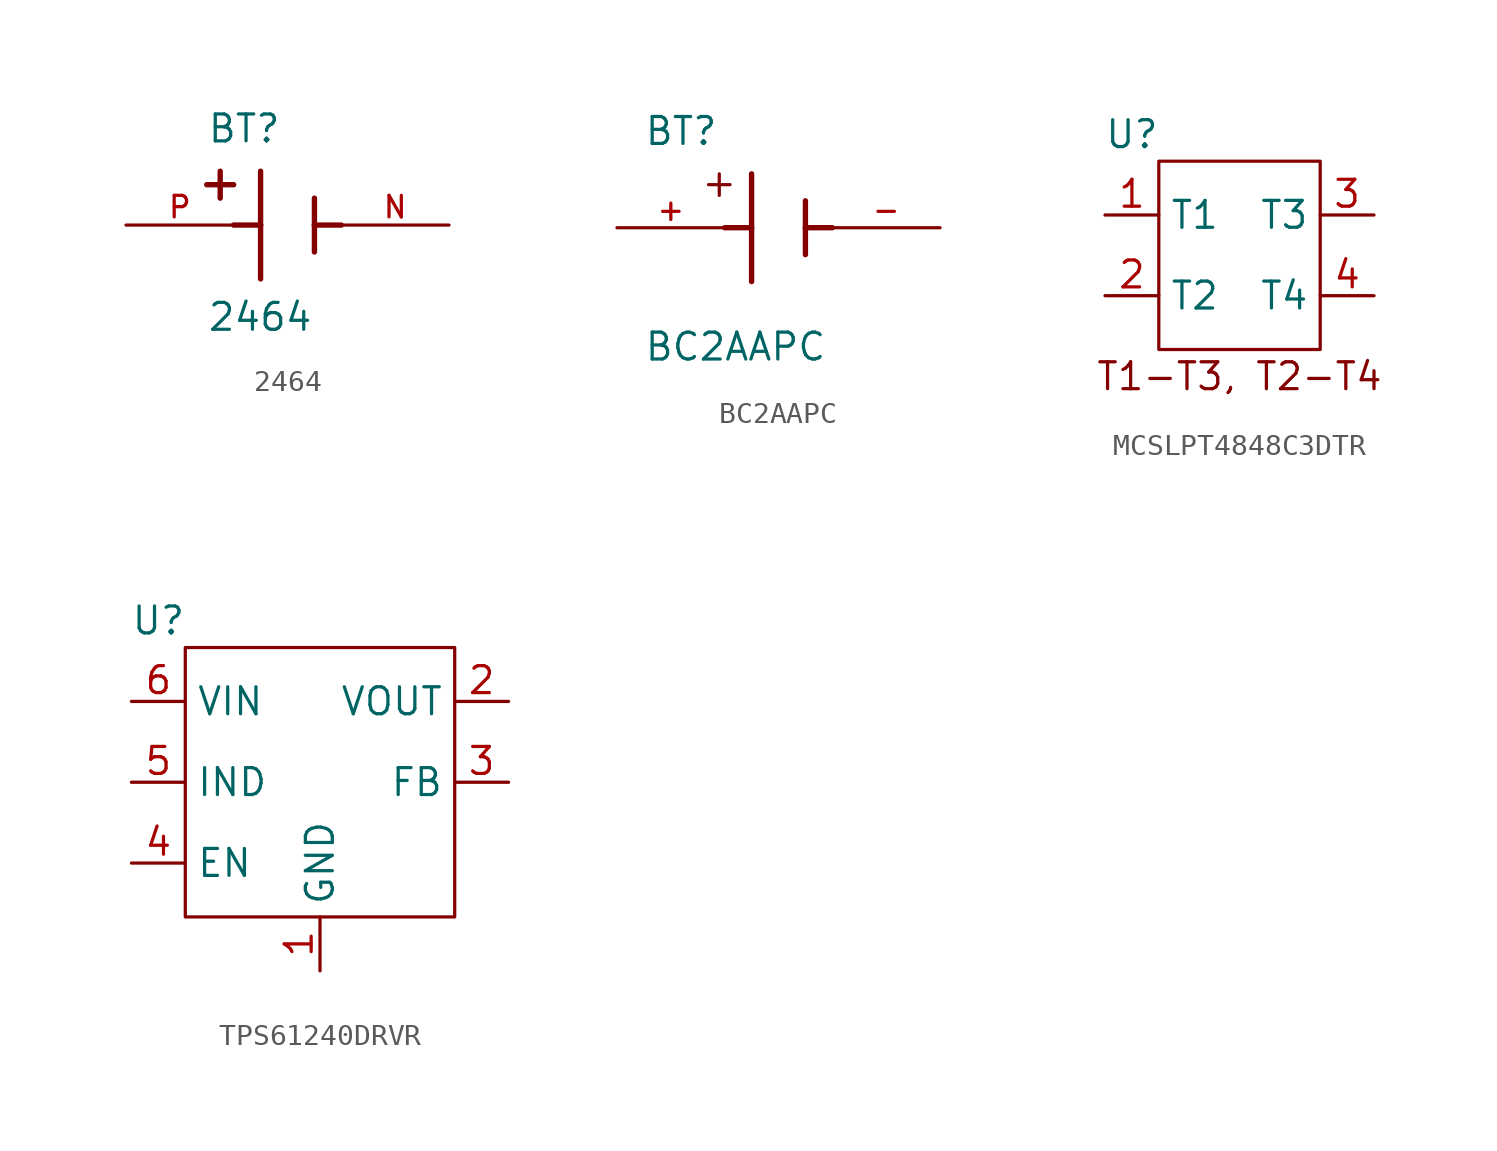
<source format=kicad_sym>
(kicad_symbol_lib
  (version 20220914)
  (generator kicad_symbol_editor)
  (symbol "2464"
    (pin_names
      (offset 1.016))
    (property "Reference" "BT"
      (at -3.81 3.81 0)
      (effects (font (size 1.27 1.27)) (justify left bottom)))
    (property "Value" "2464"
      (at -3.81 -5.08 0)
      (effects (font (size 1.27 1.27)) (justify left bottom)))
    (symbol "2464_0_0"
      (polyline (pts (xy -3.81 1.905) (xy -2.54 1.905)) (stroke (width 0.254) (type default)) (fill (type none)))
      (polyline (pts (xy -3.175 2.54) (xy -3.175 1.27)) (stroke (width 0.254) (type default)) (fill (type none)))
      (polyline (pts (xy -1.27 0) (xy -2.54 0)) (stroke (width 0.254) (type default)) (fill (type none)))
      (polyline (pts (xy -1.27 0) (xy -1.27 -2.54)) (stroke (width 0.254) (type default)) (fill (type none)))
      (polyline (pts (xy -1.27 2.54) (xy -1.27 0)) (stroke (width 0.254) (type default)) (fill (type none)))
      (polyline (pts (xy 1.27 0) (xy 1.27 -1.27)) (stroke (width 0.254) (type default)) (fill (type none)))
      (polyline (pts (xy 1.27 0) (xy 2.54 0)) (stroke (width 0.254) (type default)) (fill (type none)))
      (polyline (pts (xy 1.27 1.27) (xy 1.27 0)) (stroke (width 0.254) (type default)) (fill (type none)))
      (pin passive line (at 7.62 0 180) (length 5.08) (name "~" (effects (font (size 1.016 1.016)))) (number "N" (effects (font (size 1.016 1.016)))))
      (pin passive line (at -7.62 0 0) (length 5.08) (name "~" (effects (font (size 1.016 1.016)))) (number "P" (effects (font (size 1.016 1.016)))))))
  (symbol "BC2AAPC"
    (pin_names
      (offset 1.016))
    (property "Reference" "BT"
      (at -6.361 3.814 0)
      (effects (font (size 1.27 1.27)) (justify left bottom)))
    (property "Value" "BC2AAPC"
      (at -6.362 -6.358 0)
      (effects (font (size 1.27 1.27)) (justify left bottom)))
    (symbol "BC2AAPC_0_0"
      (polyline (pts (xy -3.302 2.032) (xy -2.286 2.032)) (stroke (width 0.152) (type default)) (fill (type none)))
      (polyline (pts (xy -2.794 2.54) (xy -2.794 1.524)) (stroke (width 0.152) (type default)) (fill (type none)))
      (polyline (pts (xy -2.54 0) (xy -1.27 0)) (stroke (width 0.254) (type default)) (fill (type none)))
      (polyline (pts (xy -1.27 0) (xy -1.27 -2.54)) (stroke (width 0.254) (type default)) (fill (type none)))
      (polyline (pts (xy -1.27 2.54) (xy -1.27 0)) (stroke (width 0.254) (type default)) (fill (type none)))
      (polyline (pts (xy 1.27 0) (xy 1.27 -1.27)) (stroke (width 0.254) (type default)) (fill (type none)))
      (polyline (pts (xy 1.27 0) (xy 2.54 0)) (stroke (width 0.254) (type default)) (fill (type none)))
      (polyline (pts (xy 1.27 1.27) (xy 1.27 0)) (stroke (width 0.254) (type default)) (fill (type none)))
      (pin passive line (at -7.62 0 0) (length 5.08) (name "~" (effects (font (size 1.016 1.016)))) (number "+" (effects (font (size 1.016 1.016)))))
      (pin passive line (at 7.62 0 180) (length 5.08) (name "~" (effects (font (size 1.016 1.016)))) (number "-" (effects (font (size 1.016 1.016)))))))
  (symbol "MCSLPT4848C3DTR"
    (property "Reference" "U"
      (at -1.27 1.27 0)
      (effects (font (size 1.27 1.27))))
    (property "Value" ""
      (at 0 0 0)
      (effects (font (size 1.27 1.27))))
    (symbol "MCSLPT4848C3DTR_0_1"
      (rectangle (start 0 0) (end 7.62 -8.89) (stroke (width 0) (type default)) (fill (type none))))
    (symbol "MCSLPT4848C3DTR_1_1"
      (text "T1-T3, T2-T4" (at 3.81 -10.16 0) (effects (font (size 1.27 1.27))))
      (pin input line (at -2.54 -2.54 0) (length 2.54) (name "T1" (effects (font (size 1.27 1.27)))) (number "1" (effects (font (size 1.27 1.27)))))
      (pin input line (at -2.54 -6.35 0) (length 2.54) (name "T2" (effects (font (size 1.27 1.27)))) (number "2" (effects (font (size 1.27 1.27)))))
      (pin input line (at 10.16 -2.54 180) (length 2.54) (name "T3" (effects (font (size 1.27 1.27)))) (number "3" (effects (font (size 1.27 1.27)))))
      (pin input line (at 10.16 -6.35 180) (length 2.54) (name "T4" (effects (font (size 1.27 1.27)))) (number "4" (effects (font (size 1.27 1.27)))))))
  (symbol "TPS61240DRVR"
    (property "Reference" "U"
      (at -1.27 1.27 0)
      (effects (font (size 1.27 1.27))))
    (property "Value" ""
      (at 0 0 0)
      (effects (font (size 1.27 1.27))))
    (symbol "TPS61240DRVR_0_1"
      (rectangle (start 0 0) (end 12.7 -12.7) (stroke (width 0) (type default)) (fill (type none))))
    (symbol "TPS61240DRVR_1_1"
      (pin input line (at 6.35 -15.24 90) (length 2.54) (name "GND" (effects (font (size 1.27 1.27)))) (number "1" (effects (font (size 1.27 1.27)))))
      (pin input line (at 15.24 -2.54 180) (length 2.54) (name "VOUT" (effects (font (size 1.27 1.27)))) (number "2" (effects (font (size 1.27 1.27)))))
      (pin input line (at 15.24 -6.35 180) (length 2.54) (name "FB" (effects (font (size 1.27 1.27)))) (number "3" (effects (font (size 1.27 1.27)))))
      (pin input line (at -2.54 -10.16 0) (length 2.54) (name "EN" (effects (font (size 1.27 1.27)))) (number "4" (effects (font (size 1.27 1.27)))))
      (pin input line (at -2.54 -6.35 0) (length 2.54) (name "IND" (effects (font (size 1.27 1.27)))) (number "5" (effects (font (size 1.27 1.27)))))
      (pin input line (at -2.54 -2.54 0) (length 2.54) (name "VIN" (effects (font (size 1.27 1.27)))) (number "6" (effects (font (size 1.27 1.27))))))))
</source>
